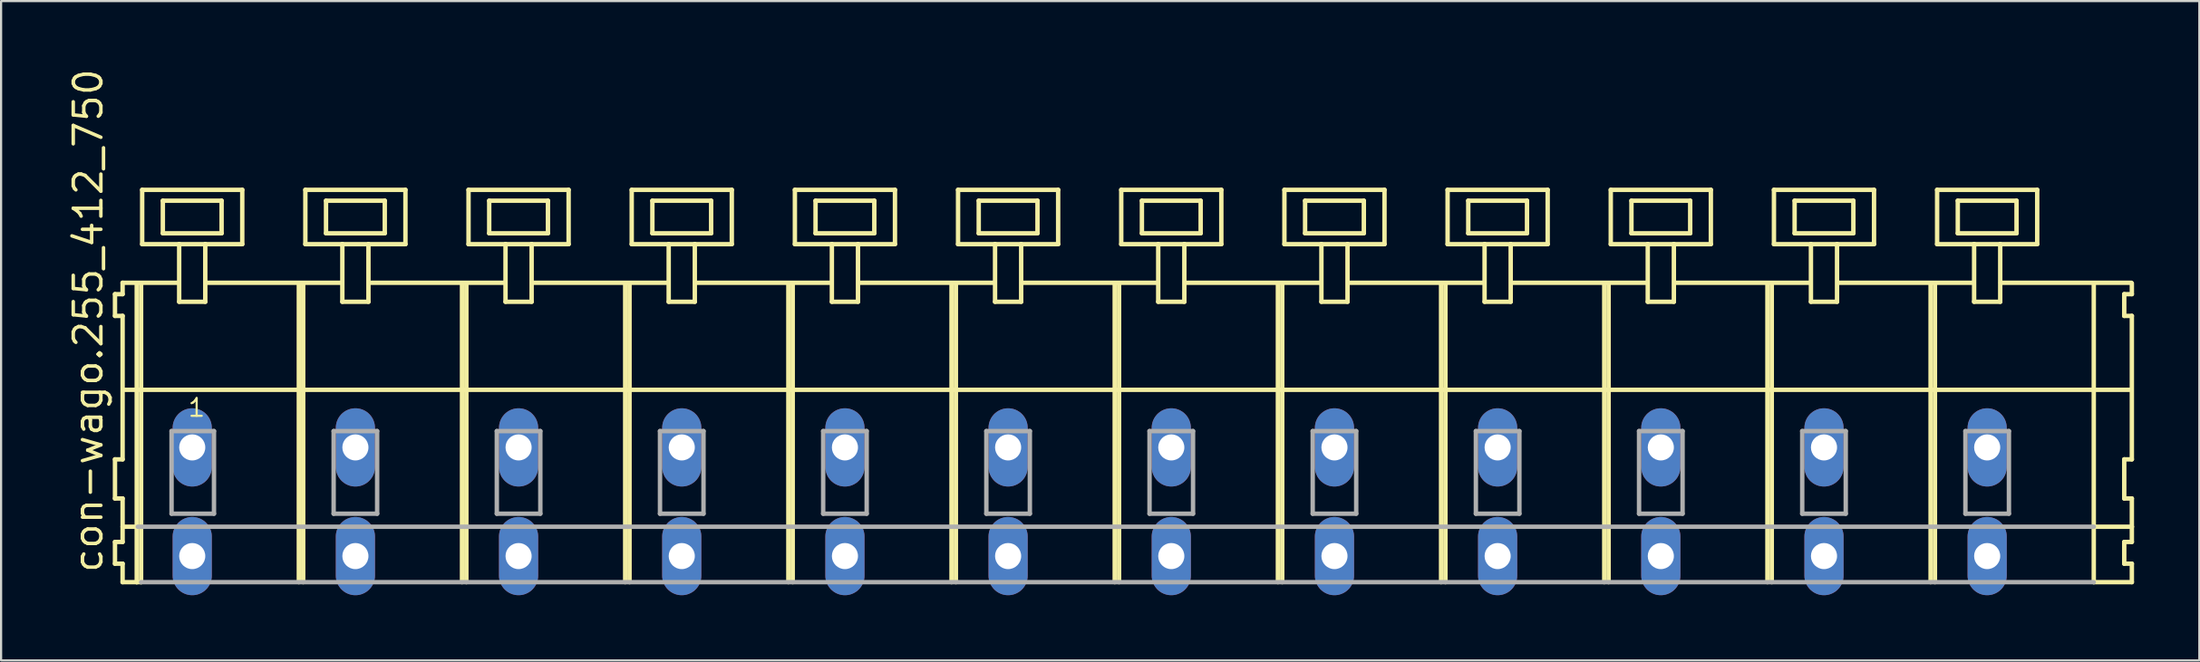
<source format=kicad_pcb>
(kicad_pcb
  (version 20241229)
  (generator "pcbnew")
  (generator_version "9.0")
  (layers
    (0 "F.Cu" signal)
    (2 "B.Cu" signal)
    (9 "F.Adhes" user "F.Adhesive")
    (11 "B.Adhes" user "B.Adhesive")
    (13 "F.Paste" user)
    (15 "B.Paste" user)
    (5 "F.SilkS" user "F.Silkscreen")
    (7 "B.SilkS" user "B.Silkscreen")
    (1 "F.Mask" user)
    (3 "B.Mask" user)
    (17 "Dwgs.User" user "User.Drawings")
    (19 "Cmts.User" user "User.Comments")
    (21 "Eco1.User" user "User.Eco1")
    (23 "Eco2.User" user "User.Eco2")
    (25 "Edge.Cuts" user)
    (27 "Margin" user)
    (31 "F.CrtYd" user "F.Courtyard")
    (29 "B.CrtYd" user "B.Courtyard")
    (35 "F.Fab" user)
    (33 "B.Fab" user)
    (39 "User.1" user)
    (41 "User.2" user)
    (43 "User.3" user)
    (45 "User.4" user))
  (footprint "con-wago.255_412_750"
    (layer "F.Cu")
    (at 48.285 17.533)
    (property "Reference" "con-wago.255_412_750" (at -46.535 5.855 90) (layer "F.SilkS") (effects (font (size 1.27 1.27) (thickness 0.16)) (justify left bottom)))
    (attr through_hole)
    (fp_line (start -46.05 -7.05) (end -46.05 -6.05) (stroke (width 0.203) (type default)) (layer "F.SilkS"))
    (fp_line (start -46.05 -6.05) (end -45.7 -6.05) (stroke (width 0.203) (type default)) (layer "F.SilkS"))
    (fp_line (start -46.05 0.55) (end -46.05 2.35) (stroke (width 0.203) (type default)) (layer "F.SilkS"))
    (fp_line (start -46.05 2.35) (end -45.7 2.35) (stroke (width 0.203) (type default)) (layer "F.SilkS"))
    (fp_line (start -46.05 4.35) (end -46.05 5.35) (stroke (width 0.203) (type default)) (layer "F.SilkS"))
    (fp_line (start -46.05 5.35) (end -45.7 5.35) (stroke (width 0.203) (type default)) (layer "F.SilkS"))
    (fp_line (start -45.7 -7.575) (end -45.7 -7.05) (stroke (width 0.203) (type default)) (layer "F.SilkS"))
    (fp_line (start -45.7 -7.575) (end -43.125 -7.575) (stroke (width 0.203) (type default)) (layer "F.SilkS"))
    (fp_line (start -45.7 -7.05) (end -46.05 -7.05) (stroke (width 0.203) (type default)) (layer "F.SilkS"))
    (fp_line (start -45.7 -6.05) (end -45.7 0.55) (stroke (width 0.203) (type default)) (layer "F.SilkS"))
    (fp_line (start -45.7 0.55) (end -46.05 0.55) (stroke (width 0.203) (type default)) (layer "F.SilkS"))
    (fp_line (start -45.7 2.35) (end -45.7 4.35) (stroke (width 0.203) (type default)) (layer "F.SilkS"))
    (fp_line (start -45.7 3.65) (end -45 3.65) (stroke (width 0.203) (type default)) (layer "F.SilkS"))
    (fp_line (start -45.7 4.35) (end -46.05 4.35) (stroke (width 0.203) (type default)) (layer "F.SilkS"))
    (fp_line (start -45.7 5.35) (end -45.7 6.2) (stroke (width 0.203) (type default)) (layer "F.SilkS"))
    (fp_line (start -45.7 6.2) (end -45.05 6.2) (stroke (width 0.203) (type default)) (layer "F.SilkS"))
    (fp_line (start -45.65 -2.65) (end 46.6 -2.65) (stroke (width 0.203) (type default)) (layer "F.SilkS"))
    (fp_line (start -45.05 -7.55) (end -45.05 6.2) (stroke (width 0.203) (type default)) (layer "F.SilkS"))
    (fp_line (start -45.05 6.2) (end -44.85 6.2) (stroke (width 0.203) (type default)) (layer "F.SilkS"))
    (fp_line (start -44.85 -7.55) (end -44.85 6.2) (stroke (width 0.203) (type default)) (layer "F.SilkS"))
    (fp_line (start -44.8 -11.85) (end -44.8 -9.35) (stroke (width 0.203) (type default)) (layer "F.SilkS"))
    (fp_line (start -44.8 -9.35) (end -43.1 -9.35) (stroke (width 0.203) (type default)) (layer "F.SilkS"))
    (fp_line (start -43.85 -11.35) (end -43.85 -9.85) (stroke (width 0.203) (type default)) (layer "F.SilkS"))
    (fp_line (start -43.85 -9.85) (end -41.15 -9.85) (stroke (width 0.203) (type default)) (layer "F.SilkS"))
    (fp_line (start -43.1 -9.35) (end -43.1 -6.7) (stroke (width 0.203) (type default)) (layer "F.SilkS"))
    (fp_line (start -43.1 -9.35) (end -41.9 -9.35) (stroke (width 0.203) (type default)) (layer "F.SilkS"))
    (fp_line (start -43.1 -6.7) (end -41.9 -6.7) (stroke (width 0.203) (type default)) (layer "F.SilkS"))
    (fp_line (start -41.9 -9.35) (end -40.2 -9.35) (stroke (width 0.203) (type default)) (layer "F.SilkS"))
    (fp_line (start -41.9 -6.7) (end -41.9 -9.35) (stroke (width 0.203) (type default)) (layer "F.SilkS"))
    (fp_line (start -41.825 -7.575) (end -35.625 -7.575) (stroke (width 0.203) (type default)) (layer "F.SilkS"))
    (fp_line (start -41.15 -11.35) (end -43.85 -11.35) (stroke (width 0.203) (type default)) (layer "F.SilkS"))
    (fp_line (start -41.15 -9.85) (end -41.15 -11.35) (stroke (width 0.203) (type default)) (layer "F.SilkS"))
    (fp_line (start -40.2 -11.85) (end -44.8 -11.85) (stroke (width 0.203) (type default)) (layer "F.SilkS"))
    (fp_line (start -40.2 -9.35) (end -40.2 -11.85) (stroke (width 0.203) (type default)) (layer "F.SilkS"))
    (fp_line (start -37.6 -7.55) (end -37.6 6.2) (stroke (width 0.203) (type default)) (layer "F.SilkS"))
    (fp_line (start -37.4 -7.55) (end -37.4 6.2) (stroke (width 0.203) (type default)) (layer "F.SilkS"))
    (fp_line (start -37.3 -11.85) (end -37.3 -9.35) (stroke (width 0.203) (type default)) (layer "F.SilkS"))
    (fp_line (start -37.3 -9.35) (end -35.6 -9.35) (stroke (width 0.203) (type default)) (layer "F.SilkS"))
    (fp_line (start -36.35 -11.35) (end -36.35 -9.85) (stroke (width 0.203) (type default)) (layer "F.SilkS"))
    (fp_line (start -36.35 -9.85) (end -33.65 -9.85) (stroke (width 0.203) (type default)) (layer "F.SilkS"))
    (fp_line (start -35.6 -9.35) (end -35.6 -6.7) (stroke (width 0.203) (type default)) (layer "F.SilkS"))
    (fp_line (start -35.6 -9.35) (end -34.4 -9.35) (stroke (width 0.203) (type default)) (layer "F.SilkS"))
    (fp_line (start -35.6 -6.7) (end -34.4 -6.7) (stroke (width 0.203) (type default)) (layer "F.SilkS"))
    (fp_line (start -34.4 -9.35) (end -32.7 -9.35) (stroke (width 0.203) (type default)) (layer "F.SilkS"))
    (fp_line (start -34.4 -6.7) (end -34.4 -9.35) (stroke (width 0.203) (type default)) (layer "F.SilkS"))
    (fp_line (start -34.325 -7.575) (end -28.125 -7.575) (stroke (width 0.203) (type default)) (layer "F.SilkS"))
    (fp_line (start -33.65 -11.35) (end -36.35 -11.35) (stroke (width 0.203) (type default)) (layer "F.SilkS"))
    (fp_line (start -33.65 -9.85) (end -33.65 -11.35) (stroke (width 0.203) (type default)) (layer "F.SilkS"))
    (fp_line (start -32.7 -11.85) (end -37.3 -11.85) (stroke (width 0.203) (type default)) (layer "F.SilkS"))
    (fp_line (start -32.7 -9.35) (end -32.7 -11.85) (stroke (width 0.203) (type default)) (layer "F.SilkS"))
    (fp_line (start -30.1 -7.55) (end -30.1 6.2) (stroke (width 0.203) (type default)) (layer "F.SilkS"))
    (fp_line (start -29.9 -7.55) (end -29.9 6.2) (stroke (width 0.203) (type default)) (layer "F.SilkS"))
    (fp_line (start -29.8 -11.85) (end -29.8 -9.35) (stroke (width 0.203) (type default)) (layer "F.SilkS"))
    (fp_line (start -29.8 -9.35) (end -28.1 -9.35) (stroke (width 0.203) (type default)) (layer "F.SilkS"))
    (fp_line (start -28.85 -11.35) (end -28.85 -9.85) (stroke (width 0.203) (type default)) (layer "F.SilkS"))
    (fp_line (start -28.85 -9.85) (end -26.15 -9.85) (stroke (width 0.203) (type default)) (layer "F.SilkS"))
    (fp_line (start -28.1 -9.35) (end -28.1 -6.7) (stroke (width 0.203) (type default)) (layer "F.SilkS"))
    (fp_line (start -28.1 -9.35) (end -26.9 -9.35) (stroke (width 0.203) (type default)) (layer "F.SilkS"))
    (fp_line (start -28.1 -6.7) (end -26.9 -6.7) (stroke (width 0.203) (type default)) (layer "F.SilkS"))
    (fp_line (start -26.9 -9.35) (end -25.2 -9.35) (stroke (width 0.203) (type default)) (layer "F.SilkS"))
    (fp_line (start -26.9 -6.7) (end -26.9 -9.35) (stroke (width 0.203) (type default)) (layer "F.SilkS"))
    (fp_line (start -26.825 -7.575) (end -20.625 -7.575) (stroke (width 0.203) (type default)) (layer "F.SilkS"))
    (fp_line (start -26.15 -11.35) (end -28.85 -11.35) (stroke (width 0.203) (type default)) (layer "F.SilkS"))
    (fp_line (start -26.15 -9.85) (end -26.15 -11.35) (stroke (width 0.203) (type default)) (layer "F.SilkS"))
    (fp_line (start -25.2 -11.85) (end -29.8 -11.85) (stroke (width 0.203) (type default)) (layer "F.SilkS"))
    (fp_line (start -25.2 -9.35) (end -25.2 -11.85) (stroke (width 0.203) (type default)) (layer "F.SilkS"))
    (fp_line (start -22.6 -7.55) (end -22.6 6.2) (stroke (width 0.203) (type default)) (layer "F.SilkS"))
    (fp_line (start -22.4 -7.55) (end -22.4 6.2) (stroke (width 0.203) (type default)) (layer "F.SilkS"))
    (fp_line (start -22.3 -11.85) (end -22.3 -9.35) (stroke (width 0.203) (type default)) (layer "F.SilkS"))
    (fp_line (start -22.3 -9.35) (end -20.6 -9.35) (stroke (width 0.203) (type default)) (layer "F.SilkS"))
    (fp_line (start -21.35 -11.35) (end -21.35 -9.85) (stroke (width 0.203) (type default)) (layer "F.SilkS"))
    (fp_line (start -21.35 -9.85) (end -18.65 -9.85) (stroke (width 0.203) (type default)) (layer "F.SilkS"))
    (fp_line (start -20.6 -9.35) (end -20.6 -6.7) (stroke (width 0.203) (type default)) (layer "F.SilkS"))
    (fp_line (start -20.6 -9.35) (end -19.4 -9.35) (stroke (width 0.203) (type default)) (layer "F.SilkS"))
    (fp_line (start -20.6 -6.7) (end -19.4 -6.7) (stroke (width 0.203) (type default)) (layer "F.SilkS"))
    (fp_line (start -19.4 -9.35) (end -17.7 -9.35) (stroke (width 0.203) (type default)) (layer "F.SilkS"))
    (fp_line (start -19.4 -6.7) (end -19.4 -9.35) (stroke (width 0.203) (type default)) (layer "F.SilkS"))
    (fp_line (start -19.325 -7.575) (end -13.125 -7.575) (stroke (width 0.203) (type default)) (layer "F.SilkS"))
    (fp_line (start -18.65 -11.35) (end -21.35 -11.35) (stroke (width 0.203) (type default)) (layer "F.SilkS"))
    (fp_line (start -18.65 -9.85) (end -18.65 -11.35) (stroke (width 0.203) (type default)) (layer "F.SilkS"))
    (fp_line (start -17.7 -11.85) (end -22.3 -11.85) (stroke (width 0.203) (type default)) (layer "F.SilkS"))
    (fp_line (start -17.7 -9.35) (end -17.7 -11.85) (stroke (width 0.203) (type default)) (layer "F.SilkS"))
    (fp_line (start -15.1 -7.55) (end -15.1 6.2) (stroke (width 0.203) (type default)) (layer "F.SilkS"))
    (fp_line (start -14.9 -7.55) (end -14.9 6.2) (stroke (width 0.203) (type default)) (layer "F.SilkS"))
    (fp_line (start -14.8 -11.85) (end -14.8 -9.35) (stroke (width 0.203) (type default)) (layer "F.SilkS"))
    (fp_line (start -14.8 -9.35) (end -13.1 -9.35) (stroke (width 0.203) (type default)) (layer "F.SilkS"))
    (fp_line (start -13.85 -11.35) (end -13.85 -9.85) (stroke (width 0.203) (type default)) (layer "F.SilkS"))
    (fp_line (start -13.85 -9.85) (end -11.15 -9.85) (stroke (width 0.203) (type default)) (layer "F.SilkS"))
    (fp_line (start -13.1 -9.35) (end -13.1 -6.7) (stroke (width 0.203) (type default)) (layer "F.SilkS"))
    (fp_line (start -13.1 -9.35) (end -11.9 -9.35) (stroke (width 0.203) (type default)) (layer "F.SilkS"))
    (fp_line (start -13.1 -6.7) (end -11.9 -6.7) (stroke (width 0.203) (type default)) (layer "F.SilkS"))
    (fp_line (start -11.9 -9.35) (end -10.2 -9.35) (stroke (width 0.203) (type default)) (layer "F.SilkS"))
    (fp_line (start -11.9 -6.7) (end -11.9 -9.35) (stroke (width 0.203) (type default)) (layer "F.SilkS"))
    (fp_line (start -11.825 -7.575) (end -5.625 -7.575) (stroke (width 0.203) (type default)) (layer "F.SilkS"))
    (fp_line (start -11.15 -11.35) (end -13.85 -11.35) (stroke (width 0.203) (type default)) (layer "F.SilkS"))
    (fp_line (start -11.15 -9.85) (end -11.15 -11.35) (stroke (width 0.203) (type default)) (layer "F.SilkS"))
    (fp_line (start -10.2 -11.85) (end -14.8 -11.85) (stroke (width 0.203) (type default)) (layer "F.SilkS"))
    (fp_line (start -10.2 -9.35) (end -10.2 -11.85) (stroke (width 0.203) (type default)) (layer "F.SilkS"))
    (fp_line (start -7.6 -7.55) (end -7.6 6.2) (stroke (width 0.203) (type default)) (layer "F.SilkS"))
    (fp_line (start -7.4 -7.55) (end -7.4 6.2) (stroke (width 0.203) (type default)) (layer "F.SilkS"))
    (fp_line (start -7.3 -11.85) (end -7.3 -9.35) (stroke (width 0.203) (type default)) (layer "F.SilkS"))
    (fp_line (start -7.3 -9.35) (end -5.6 -9.35) (stroke (width 0.203) (type default)) (layer "F.SilkS"))
    (fp_line (start -6.35 -11.35) (end -6.35 -9.85) (stroke (width 0.203) (type default)) (layer "F.SilkS"))
    (fp_line (start -6.35 -9.85) (end -3.65 -9.85) (stroke (width 0.203) (type default)) (layer "F.SilkS"))
    (fp_line (start -5.6 -9.35) (end -5.6 -6.7) (stroke (width 0.203) (type default)) (layer "F.SilkS"))
    (fp_line (start -5.6 -9.35) (end -4.4 -9.35) (stroke (width 0.203) (type default)) (layer "F.SilkS"))
    (fp_line (start -5.6 -6.7) (end -4.4 -6.7) (stroke (width 0.203) (type default)) (layer "F.SilkS"))
    (fp_line (start -4.4 -9.35) (end -2.7 -9.35) (stroke (width 0.203) (type default)) (layer "F.SilkS"))
    (fp_line (start -4.4 -6.7) (end -4.4 -9.35) (stroke (width 0.203) (type default)) (layer "F.SilkS"))
    (fp_line (start -4.325 -7.575) (end 1.875 -7.575) (stroke (width 0.203) (type default)) (layer "F.SilkS"))
    (fp_line (start -3.65 -11.35) (end -6.35 -11.35) (stroke (width 0.203) (type default)) (layer "F.SilkS"))
    (fp_line (start -3.65 -9.85) (end -3.65 -11.35) (stroke (width 0.203) (type default)) (layer "F.SilkS"))
    (fp_line (start -2.7 -11.85) (end -7.3 -11.85) (stroke (width 0.203) (type default)) (layer "F.SilkS"))
    (fp_line (start -2.7 -9.35) (end -2.7 -11.85) (stroke (width 0.203) (type default)) (layer "F.SilkS"))
    (fp_line (start -0.1 -7.55) (end -0.1 6.2) (stroke (width 0.203) (type default)) (layer "F.SilkS"))
    (fp_line (start 0.1 -7.55) (end 0.1 6.2) (stroke (width 0.203) (type default)) (layer "F.SilkS"))
    (fp_line (start 0.2 -11.85) (end 0.2 -9.35) (stroke (width 0.203) (type default)) (layer "F.SilkS"))
    (fp_line (start 0.2 -9.35) (end 1.9 -9.35) (stroke (width 0.203) (type default)) (layer "F.SilkS"))
    (fp_line (start 1.15 -11.35) (end 1.15 -9.85) (stroke (width 0.203) (type default)) (layer "F.SilkS"))
    (fp_line (start 1.15 -9.85) (end 3.85 -9.85) (stroke (width 0.203) (type default)) (layer "F.SilkS"))
    (fp_line (start 1.9 -9.35) (end 1.9 -6.7) (stroke (width 0.203) (type default)) (layer "F.SilkS"))
    (fp_line (start 1.9 -9.35) (end 3.1 -9.35) (stroke (width 0.203) (type default)) (layer "F.SilkS"))
    (fp_line (start 1.9 -6.7) (end 3.1 -6.7) (stroke (width 0.203) (type default)) (layer "F.SilkS"))
    (fp_line (start 3.1 -9.35) (end 4.8 -9.35) (stroke (width 0.203) (type default)) (layer "F.SilkS"))
    (fp_line (start 3.1 -6.7) (end 3.1 -9.35) (stroke (width 0.203) (type default)) (layer "F.SilkS"))
    (fp_line (start 3.175 -7.575) (end 9.375 -7.575) (stroke (width 0.203) (type default)) (layer "F.SilkS"))
    (fp_line (start 3.85 -11.35) (end 1.15 -11.35) (stroke (width 0.203) (type default)) (layer "F.SilkS"))
    (fp_line (start 3.85 -9.85) (end 3.85 -11.35) (stroke (width 0.203) (type default)) (layer "F.SilkS"))
    (fp_line (start 4.8 -11.85) (end 0.2 -11.85) (stroke (width 0.203) (type default)) (layer "F.SilkS"))
    (fp_line (start 4.8 -9.35) (end 4.8 -11.85) (stroke (width 0.203) (type default)) (layer "F.SilkS"))
    (fp_line (start 7.4 -7.55) (end 7.4 6.2) (stroke (width 0.203) (type default)) (layer "F.SilkS"))
    (fp_line (start 7.6 -7.55) (end 7.6 6.2) (stroke (width 0.203) (type default)) (layer "F.SilkS"))
    (fp_line (start 7.7 -11.85) (end 7.7 -9.35) (stroke (width 0.203) (type default)) (layer "F.SilkS"))
    (fp_line (start 7.7 -9.35) (end 9.4 -9.35) (stroke (width 0.203) (type default)) (layer "F.SilkS"))
    (fp_line (start 8.65 -11.35) (end 8.65 -9.85) (stroke (width 0.203) (type default)) (layer "F.SilkS"))
    (fp_line (start 8.65 -9.85) (end 11.35 -9.85) (stroke (width 0.203) (type default)) (layer "F.SilkS"))
    (fp_line (start 9.4 -9.35) (end 9.4 -6.7) (stroke (width 0.203) (type default)) (layer "F.SilkS"))
    (fp_line (start 9.4 -9.35) (end 10.6 -9.35) (stroke (width 0.203) (type default)) (layer "F.SilkS"))
    (fp_line (start 9.4 -6.7) (end 10.6 -6.7) (stroke (width 0.203) (type default)) (layer "F.SilkS"))
    (fp_line (start 10.6 -9.35) (end 12.3 -9.35) (stroke (width 0.203) (type default)) (layer "F.SilkS"))
    (fp_line (start 10.6 -6.7) (end 10.6 -9.35) (stroke (width 0.203) (type default)) (layer "F.SilkS"))
    (fp_line (start 10.675 -7.575) (end 16.875 -7.575) (stroke (width 0.203) (type default)) (layer "F.SilkS"))
    (fp_line (start 11.35 -11.35) (end 8.65 -11.35) (stroke (width 0.203) (type default)) (layer "F.SilkS"))
    (fp_line (start 11.35 -9.85) (end 11.35 -11.35) (stroke (width 0.203) (type default)) (layer "F.SilkS"))
    (fp_line (start 12.3 -11.85) (end 7.7 -11.85) (stroke (width 0.203) (type default)) (layer "F.SilkS"))
    (fp_line (start 12.3 -9.35) (end 12.3 -11.85) (stroke (width 0.203) (type default)) (layer "F.SilkS"))
    (fp_line (start 14.9 -7.55) (end 14.9 6.2) (stroke (width 0.203) (type default)) (layer "F.SilkS"))
    (fp_line (start 15.1 -7.55) (end 15.1 6.2) (stroke (width 0.203) (type default)) (layer "F.SilkS"))
    (fp_line (start 15.2 -11.85) (end 15.2 -9.35) (stroke (width 0.203) (type default)) (layer "F.SilkS"))
    (fp_line (start 15.2 -9.35) (end 16.9 -9.35) (stroke (width 0.203) (type default)) (layer "F.SilkS"))
    (fp_line (start 16.15 -11.35) (end 16.15 -9.85) (stroke (width 0.203) (type default)) (layer "F.SilkS"))
    (fp_line (start 16.15 -9.85) (end 18.85 -9.85) (stroke (width 0.203) (type default)) (layer "F.SilkS"))
    (fp_line (start 16.9 -9.35) (end 16.9 -6.7) (stroke (width 0.203) (type default)) (layer "F.SilkS"))
    (fp_line (start 16.9 -9.35) (end 18.1 -9.35) (stroke (width 0.203) (type default)) (layer "F.SilkS"))
    (fp_line (start 16.9 -6.7) (end 18.1 -6.7) (stroke (width 0.203) (type default)) (layer "F.SilkS"))
    (fp_line (start 18.1 -9.35) (end 19.8 -9.35) (stroke (width 0.203) (type default)) (layer "F.SilkS"))
    (fp_line (start 18.1 -6.7) (end 18.1 -9.35) (stroke (width 0.203) (type default)) (layer "F.SilkS"))
    (fp_line (start 18.175 -7.575) (end 24.375 -7.575) (stroke (width 0.203) (type default)) (layer "F.SilkS"))
    (fp_line (start 18.85 -11.35) (end 16.15 -11.35) (stroke (width 0.203) (type default)) (layer "F.SilkS"))
    (fp_line (start 18.85 -9.85) (end 18.85 -11.35) (stroke (width 0.203) (type default)) (layer "F.SilkS"))
    (fp_line (start 19.8 -11.85) (end 15.2 -11.85) (stroke (width 0.203) (type default)) (layer "F.SilkS"))
    (fp_line (start 19.8 -9.35) (end 19.8 -11.85) (stroke (width 0.203) (type default)) (layer "F.SilkS"))
    (fp_line (start 22.4 -7.55) (end 22.4 6.2) (stroke (width 0.203) (type default)) (layer "F.SilkS"))
    (fp_line (start 22.6 -7.55) (end 22.6 6.2) (stroke (width 0.203) (type default)) (layer "F.SilkS"))
    (fp_line (start 22.7 -11.85) (end 22.7 -9.35) (stroke (width 0.203) (type default)) (layer "F.SilkS"))
    (fp_line (start 22.7 -9.35) (end 24.4 -9.35) (stroke (width 0.203) (type default)) (layer "F.SilkS"))
    (fp_line (start 23.65 -11.35) (end 23.65 -9.85) (stroke (width 0.203) (type default)) (layer "F.SilkS"))
    (fp_line (start 23.65 -9.85) (end 26.35 -9.85) (stroke (width 0.203) (type default)) (layer "F.SilkS"))
    (fp_line (start 24.4 -9.35) (end 24.4 -6.7) (stroke (width 0.203) (type default)) (layer "F.SilkS"))
    (fp_line (start 24.4 -9.35) (end 25.6 -9.35) (stroke (width 0.203) (type default)) (layer "F.SilkS"))
    (fp_line (start 24.4 -6.7) (end 25.6 -6.7) (stroke (width 0.203) (type default)) (layer "F.SilkS"))
    (fp_line (start 25.6 -9.35) (end 27.3 -9.35) (stroke (width 0.203) (type default)) (layer "F.SilkS"))
    (fp_line (start 25.6 -6.7) (end 25.6 -9.35) (stroke (width 0.203) (type default)) (layer "F.SilkS"))
    (fp_line (start 25.675 -7.575) (end 31.875 -7.575) (stroke (width 0.203) (type default)) (layer "F.SilkS"))
    (fp_line (start 26.35 -11.35) (end 23.65 -11.35) (stroke (width 0.203) (type default)) (layer "F.SilkS"))
    (fp_line (start 26.35 -9.85) (end 26.35 -11.35) (stroke (width 0.203) (type default)) (layer "F.SilkS"))
    (fp_line (start 27.3 -11.85) (end 22.7 -11.85) (stroke (width 0.203) (type default)) (layer "F.SilkS"))
    (fp_line (start 27.3 -9.35) (end 27.3 -11.85) (stroke (width 0.203) (type default)) (layer "F.SilkS"))
    (fp_line (start 29.9 -7.55) (end 29.9 6.2) (stroke (width 0.203) (type default)) (layer "F.SilkS"))
    (fp_line (start 30.1 -7.55) (end 30.1 6.2) (stroke (width 0.203) (type default)) (layer "F.SilkS"))
    (fp_line (start 30.2 -11.85) (end 30.2 -9.35) (stroke (width 0.203) (type default)) (layer "F.SilkS"))
    (fp_line (start 30.2 -9.35) (end 31.9 -9.35) (stroke (width 0.203) (type default)) (layer "F.SilkS"))
    (fp_line (start 31.15 -11.35) (end 31.15 -9.85) (stroke (width 0.203) (type default)) (layer "F.SilkS"))
    (fp_line (start 31.15 -9.85) (end 33.85 -9.85) (stroke (width 0.203) (type default)) (layer "F.SilkS"))
    (fp_line (start 31.9 -9.35) (end 31.9 -6.7) (stroke (width 0.203) (type default)) (layer "F.SilkS"))
    (fp_line (start 31.9 -9.35) (end 33.1 -9.35) (stroke (width 0.203) (type default)) (layer "F.SilkS"))
    (fp_line (start 31.9 -6.7) (end 33.1 -6.7) (stroke (width 0.203) (type default)) (layer "F.SilkS"))
    (fp_line (start 33.1 -9.35) (end 34.8 -9.35) (stroke (width 0.203) (type default)) (layer "F.SilkS"))
    (fp_line (start 33.1 -6.7) (end 33.1 -9.35) (stroke (width 0.203) (type default)) (layer "F.SilkS"))
    (fp_line (start 33.175 -7.575) (end 39.375 -7.575) (stroke (width 0.203) (type default)) (layer "F.SilkS"))
    (fp_line (start 33.85 -11.35) (end 31.15 -11.35) (stroke (width 0.203) (type default)) (layer "F.SilkS"))
    (fp_line (start 33.85 -9.85) (end 33.85 -11.35) (stroke (width 0.203) (type default)) (layer "F.SilkS"))
    (fp_line (start 34.8 -11.85) (end 30.2 -11.85) (stroke (width 0.203) (type default)) (layer "F.SilkS"))
    (fp_line (start 34.8 -9.35) (end 34.8 -11.85) (stroke (width 0.203) (type default)) (layer "F.SilkS"))
    (fp_line (start 37.4 -7.55) (end 37.4 6.2) (stroke (width 0.203) (type default)) (layer "F.SilkS"))
    (fp_line (start 37.6 -7.55) (end 37.6 6.2) (stroke (width 0.203) (type default)) (layer "F.SilkS"))
    (fp_line (start 37.7 -11.85) (end 37.7 -9.35) (stroke (width 0.203) (type default)) (layer "F.SilkS"))
    (fp_line (start 37.7 -9.35) (end 39.4 -9.35) (stroke (width 0.203) (type default)) (layer "F.SilkS"))
    (fp_line (start 38.65 -11.35) (end 38.65 -9.85) (stroke (width 0.203) (type default)) (layer "F.SilkS"))
    (fp_line (start 38.65 -9.85) (end 41.35 -9.85) (stroke (width 0.203) (type default)) (layer "F.SilkS"))
    (fp_line (start 39.4 -9.35) (end 39.4 -6.7) (stroke (width 0.203) (type default)) (layer "F.SilkS"))
    (fp_line (start 39.4 -9.35) (end 40.6 -9.35) (stroke (width 0.203) (type default)) (layer "F.SilkS"))
    (fp_line (start 39.4 -6.7) (end 40.6 -6.7) (stroke (width 0.203) (type default)) (layer "F.SilkS"))
    (fp_line (start 40.6 -9.35) (end 42.3 -9.35) (stroke (width 0.203) (type default)) (layer "F.SilkS"))
    (fp_line (start 40.6 -6.7) (end 40.6 -9.35) (stroke (width 0.203) (type default)) (layer "F.SilkS"))
    (fp_line (start 40.625 -7.575) (end 46.625 -7.575) (stroke (width 0.203) (type default)) (layer "F.SilkS"))
    (fp_line (start 41.35 -11.35) (end 38.65 -11.35) (stroke (width 0.203) (type default)) (layer "F.SilkS"))
    (fp_line (start 41.35 -9.85) (end 41.35 -11.35) (stroke (width 0.203) (type default)) (layer "F.SilkS"))
    (fp_line (start 42.3 -11.85) (end 37.7 -11.85) (stroke (width 0.203) (type default)) (layer "F.SilkS"))
    (fp_line (start 42.3 -9.35) (end 42.3 -11.85) (stroke (width 0.203) (type default)) (layer "F.SilkS"))
    (fp_line (start 44.9 -7.55) (end 44.9 6.2) (stroke (width 0.203) (type default)) (layer "F.SilkS"))
    (fp_line (start 44.9 6.2) (end 46.65 6.2) (stroke (width 0.203) (type default)) (layer "F.SilkS"))
    (fp_line (start 44.95 3.65) (end 46.65 3.65) (stroke (width 0.203) (type default)) (layer "F.SilkS"))
    (fp_line (start 46.3 -7.05) (end 46.3 -6.05) (stroke (width 0.203) (type default)) (layer "F.SilkS"))
    (fp_line (start 46.3 -6.05) (end 46.65 -6.05) (stroke (width 0.203) (type default)) (layer "F.SilkS"))
    (fp_line (start 46.3 0.55) (end 46.3 2.35) (stroke (width 0.203) (type default)) (layer "F.SilkS"))
    (fp_line (start 46.3 2.35) (end 46.65 2.35) (stroke (width 0.203) (type default)) (layer "F.SilkS"))
    (fp_line (start 46.3 4.35) (end 46.3 5.35) (stroke (width 0.203) (type default)) (layer "F.SilkS"))
    (fp_line (start 46.3 5.35) (end 46.65 5.35) (stroke (width 0.203) (type default)) (layer "F.SilkS"))
    (fp_line (start 46.65 -7.05) (end 46.3 -7.05) (stroke (width 0.203) (type default)) (layer "F.SilkS"))
    (fp_line (start 46.65 -7.05) (end 46.65 -7.55) (stroke (width 0.203) (type default)) (layer "F.SilkS"))
    (fp_line (start 46.65 0.55) (end 46.3 0.55) (stroke (width 0.203) (type default)) (layer "F.SilkS"))
    (fp_line (start 46.65 0.55) (end 46.65 -6.05) (stroke (width 0.203) (type default)) (layer "F.SilkS"))
    (fp_line (start 46.65 3.65) (end 46.65 2.35) (stroke (width 0.203) (type default)) (layer "F.SilkS"))
    (fp_line (start 46.65 4.35) (end 46.3 4.35) (stroke (width 0.203) (type default)) (layer "F.SilkS"))
    (fp_line (start 46.65 4.35) (end 46.65 3.65) (stroke (width 0.203) (type default)) (layer "F.SilkS"))
    (fp_line (start 46.65 6.2) (end 46.65 5.35) (stroke (width 0.203) (type default)) (layer "F.SilkS"))
    (fp_line (start -45 3.65) (end 44.9 3.65) (stroke (width 0.203) (type default)) (layer "F.Fab"))
    (fp_line (start -44.85 6.2) (end 44.9 6.2) (stroke (width 0.203) (type default)) (layer "F.Fab"))
    (fp_line (start -43.45 -0.75) (end -43.45 3.05) (stroke (width 0.203) (type default)) (layer "F.Fab"))
    (fp_line (start -43.45 3.05) (end -41.5 3.05) (stroke (width 0.203) (type default)) (layer "F.Fab"))
    (fp_line (start -41.5 -0.75) (end -43.45 -0.75) (stroke (width 0.203) (type default)) (layer "F.Fab"))
    (fp_line (start -41.5 3.05) (end -41.5 -0.75) (stroke (width 0.203) (type default)) (layer "F.Fab"))
    (fp_line (start -36 -0.75) (end -36 3.05) (stroke (width 0.203) (type default)) (layer "F.Fab"))
    (fp_line (start -36 3.05) (end -34 3.05) (stroke (width 0.203) (type default)) (layer "F.Fab"))
    (fp_line (start -34 -0.75) (end -36 -0.75) (stroke (width 0.203) (type default)) (layer "F.Fab"))
    (fp_line (start -34 3.05) (end -34 -0.75) (stroke (width 0.203) (type default)) (layer "F.Fab"))
    (fp_line (start -28.5 -0.75) (end -28.5 3.05) (stroke (width 0.203) (type default)) (layer "F.Fab"))
    (fp_line (start -28.5 3.05) (end -26.5 3.05) (stroke (width 0.203) (type default)) (layer "F.Fab"))
    (fp_line (start -26.5 -0.75) (end -28.5 -0.75) (stroke (width 0.203) (type default)) (layer "F.Fab"))
    (fp_line (start -26.5 3.05) (end -26.5 -0.75) (stroke (width 0.203) (type default)) (layer "F.Fab"))
    (fp_line (start -21 -0.75) (end -21 3.05) (stroke (width 0.203) (type default)) (layer "F.Fab"))
    (fp_line (start -21 3.05) (end -19 3.05) (stroke (width 0.203) (type default)) (layer "F.Fab"))
    (fp_line (start -19 -0.75) (end -21 -0.75) (stroke (width 0.203) (type default)) (layer "F.Fab"))
    (fp_line (start -19 3.05) (end -19 -0.75) (stroke (width 0.203) (type default)) (layer "F.Fab"))
    (fp_line (start -13.5 -0.75) (end -13.5 3.05) (stroke (width 0.203) (type default)) (layer "F.Fab"))
    (fp_line (start -13.5 3.05) (end -11.5 3.05) (stroke (width 0.203) (type default)) (layer "F.Fab"))
    (fp_line (start -11.5 -0.75) (end -13.5 -0.75) (stroke (width 0.203) (type default)) (layer "F.Fab"))
    (fp_line (start -11.5 3.05) (end -11.5 -0.75) (stroke (width 0.203) (type default)) (layer "F.Fab"))
    (fp_line (start -6 -0.75) (end -6 3.05) (stroke (width 0.203) (type default)) (layer "F.Fab"))
    (fp_line (start -6 3.05) (end -4 3.05) (stroke (width 0.203) (type default)) (layer "F.Fab"))
    (fp_line (start -4 -0.75) (end -6 -0.75) (stroke (width 0.203) (type default)) (layer "F.Fab"))
    (fp_line (start -4 3.05) (end -4 -0.75) (stroke (width 0.203) (type default)) (layer "F.Fab"))
    (fp_line (start 1.5 -0.75) (end 1.5 3.05) (stroke (width 0.203) (type default)) (layer "F.Fab"))
    (fp_line (start 1.5 3.05) (end 3.5 3.05) (stroke (width 0.203) (type default)) (layer "F.Fab"))
    (fp_line (start 3.5 -0.75) (end 1.5 -0.75) (stroke (width 0.203) (type default)) (layer "F.Fab"))
    (fp_line (start 3.5 3.05) (end 3.5 -0.75) (stroke (width 0.203) (type default)) (layer "F.Fab"))
    (fp_line (start 9 -0.75) (end 9 3.05) (stroke (width 0.203) (type default)) (layer "F.Fab"))
    (fp_line (start 9 3.05) (end 11 3.05) (stroke (width 0.203) (type default)) (layer "F.Fab"))
    (fp_line (start 11 -0.75) (end 9 -0.75) (stroke (width 0.203) (type default)) (layer "F.Fab"))
    (fp_line (start 11 3.05) (end 11 -0.75) (stroke (width 0.203) (type default)) (layer "F.Fab"))
    (fp_line (start 16.5 -0.75) (end 16.5 3.05) (stroke (width 0.203) (type default)) (layer "F.Fab"))
    (fp_line (start 16.5 3.05) (end 18.5 3.05) (stroke (width 0.203) (type default)) (layer "F.Fab"))
    (fp_line (start 18.5 -0.75) (end 16.5 -0.75) (stroke (width 0.203) (type default)) (layer "F.Fab"))
    (fp_line (start 18.5 3.05) (end 18.5 -0.75) (stroke (width 0.203) (type default)) (layer "F.Fab"))
    (fp_line (start 24 -0.75) (end 24 3.05) (stroke (width 0.203) (type default)) (layer "F.Fab"))
    (fp_line (start 24 3.05) (end 26 3.05) (stroke (width 0.203) (type default)) (layer "F.Fab"))
    (fp_line (start 26 -0.75) (end 24 -0.75) (stroke (width 0.203) (type default)) (layer "F.Fab"))
    (fp_line (start 26 3.05) (end 26 -0.75) (stroke (width 0.203) (type default)) (layer "F.Fab"))
    (fp_line (start 31.5 -0.75) (end 31.5 3.05) (stroke (width 0.203) (type default)) (layer "F.Fab"))
    (fp_line (start 31.5 3.05) (end 33.5 3.05) (stroke (width 0.203) (type default)) (layer "F.Fab"))
    (fp_line (start 33.5 -0.75) (end 31.5 -0.75) (stroke (width 0.203) (type default)) (layer "F.Fab"))
    (fp_line (start 33.5 3.05) (end 33.5 -0.75) (stroke (width 0.203) (type default)) (layer "F.Fab"))
    (fp_line (start 39 -0.75) (end 39 3.05) (stroke (width 0.203) (type default)) (layer "F.Fab"))
    (fp_line (start 39 3.05) (end 41 3.05) (stroke (width 0.203) (type default)) (layer "F.Fab"))
    (fp_line (start 41 -0.75) (end 39 -0.75) (stroke (width 0.203) (type default)) (layer "F.Fab"))
    (fp_line (start 41 3.05) (end 41 -0.75) (stroke (width 0.203) (type default)) (layer "F.Fab"))
    (fp_text user "1" (at -42.75 -1.35 0) (layer "F.SilkS") (effects (font (size 0.813 0.813) (thickness 0.1)) (justify left bottom)))
    (pad "A1" thru_hole oval (at -42.5 0 90) (size 3.6 1.8) (drill 1.2) (layers "*.Cu" "*.Mask"))
    (pad "A2" thru_hole oval (at -35 0 90) (size 3.6 1.8) (drill 1.2) (layers "*.Cu" "*.Mask"))
    (pad "A3" thru_hole oval (at -27.5 0 90) (size 3.6 1.8) (drill 1.2) (layers "*.Cu" "*.Mask"))
    (pad "A4" thru_hole oval (at -20 0 90) (size 3.6 1.8) (drill 1.2) (layers "*.Cu" "*.Mask"))
    (pad "A5" thru_hole oval (at -12.5 0 90) (size 3.6 1.8) (drill 1.2) (layers "*.Cu" "*.Mask"))
    (pad "A6" thru_hole oval (at -5 0 90) (size 3.6 1.8) (drill 1.2) (layers "*.Cu" "*.Mask"))
    (pad "A7" thru_hole oval (at 2.5 0 90) (size 3.6 1.8) (drill 1.2) (layers "*.Cu" "*.Mask"))
    (pad "A8" thru_hole oval (at 10 0 90) (size 3.6 1.8) (drill 1.2) (layers "*.Cu" "*.Mask"))
    (pad "A9" thru_hole oval (at 17.5 0 90) (size 3.6 1.8) (drill 1.2) (layers "*.Cu" "*.Mask"))
    (pad "A10" thru_hole oval (at 25 0 90) (size 3.6 1.8) (drill 1.2) (layers "*.Cu" "*.Mask"))
    (pad "A11" thru_hole oval (at 32.5 0 90) (size 3.6 1.8) (drill 1.2) (layers "*.Cu" "*.Mask"))
    (pad "A12" thru_hole oval (at 40 0 90) (size 3.6 1.8) (drill 1.2) (layers "*.Cu" "*.Mask"))
    (pad "B1" thru_hole oval (at -42.5 5 90) (size 3.6 1.8) (drill 1.2) (layers "*.Cu" "*.Mask"))
    (pad "B2" thru_hole oval (at -35 5 90) (size 3.6 1.8) (drill 1.2) (layers "*.Cu" "*.Mask"))
    (pad "B3" thru_hole oval (at -27.5 5 90) (size 3.6 1.8) (drill 1.2) (layers "*.Cu" "*.Mask"))
    (pad "B4" thru_hole oval (at -20 5 90) (size 3.6 1.8) (drill 1.2) (layers "*.Cu" "*.Mask"))
    (pad "B5" thru_hole oval (at -12.5 5 90) (size 3.6 1.8) (drill 1.2) (layers "*.Cu" "*.Mask"))
    (pad "B6" thru_hole oval (at -5 5 90) (size 3.6 1.8) (drill 1.2) (layers "*.Cu" "*.Mask"))
    (pad "B7" thru_hole oval (at 2.5 5 90) (size 3.6 1.8) (drill 1.2) (layers "*.Cu" "*.Mask"))
    (pad "B8" thru_hole oval (at 10 5 90) (size 3.6 1.8) (drill 1.2) (layers "*.Cu" "*.Mask"))
    (pad "B9" thru_hole oval (at 17.5 5 90) (size 3.6 1.8) (drill 1.2) (layers "*.Cu" "*.Mask"))
    (pad "B10" thru_hole oval (at 25 5 90) (size 3.6 1.8) (drill 1.2) (layers "*.Cu" "*.Mask"))
    (pad "B11" thru_hole oval (at 32.5 5 90) (size 3.6 1.8) (drill 1.2) (layers "*.Cu" "*.Mask"))
    (pad "B12" thru_hole oval (at 40 5 90) (size 3.6 1.8) (drill 1.2) (layers "*.Cu" "*.Mask")))
  (gr_rect
    (start -3 -3)
    (end 98.037 27.333)
    (stroke (width 0.1) (type default))
    (fill no)
    (layer "Edge.Cuts")))
</source>
